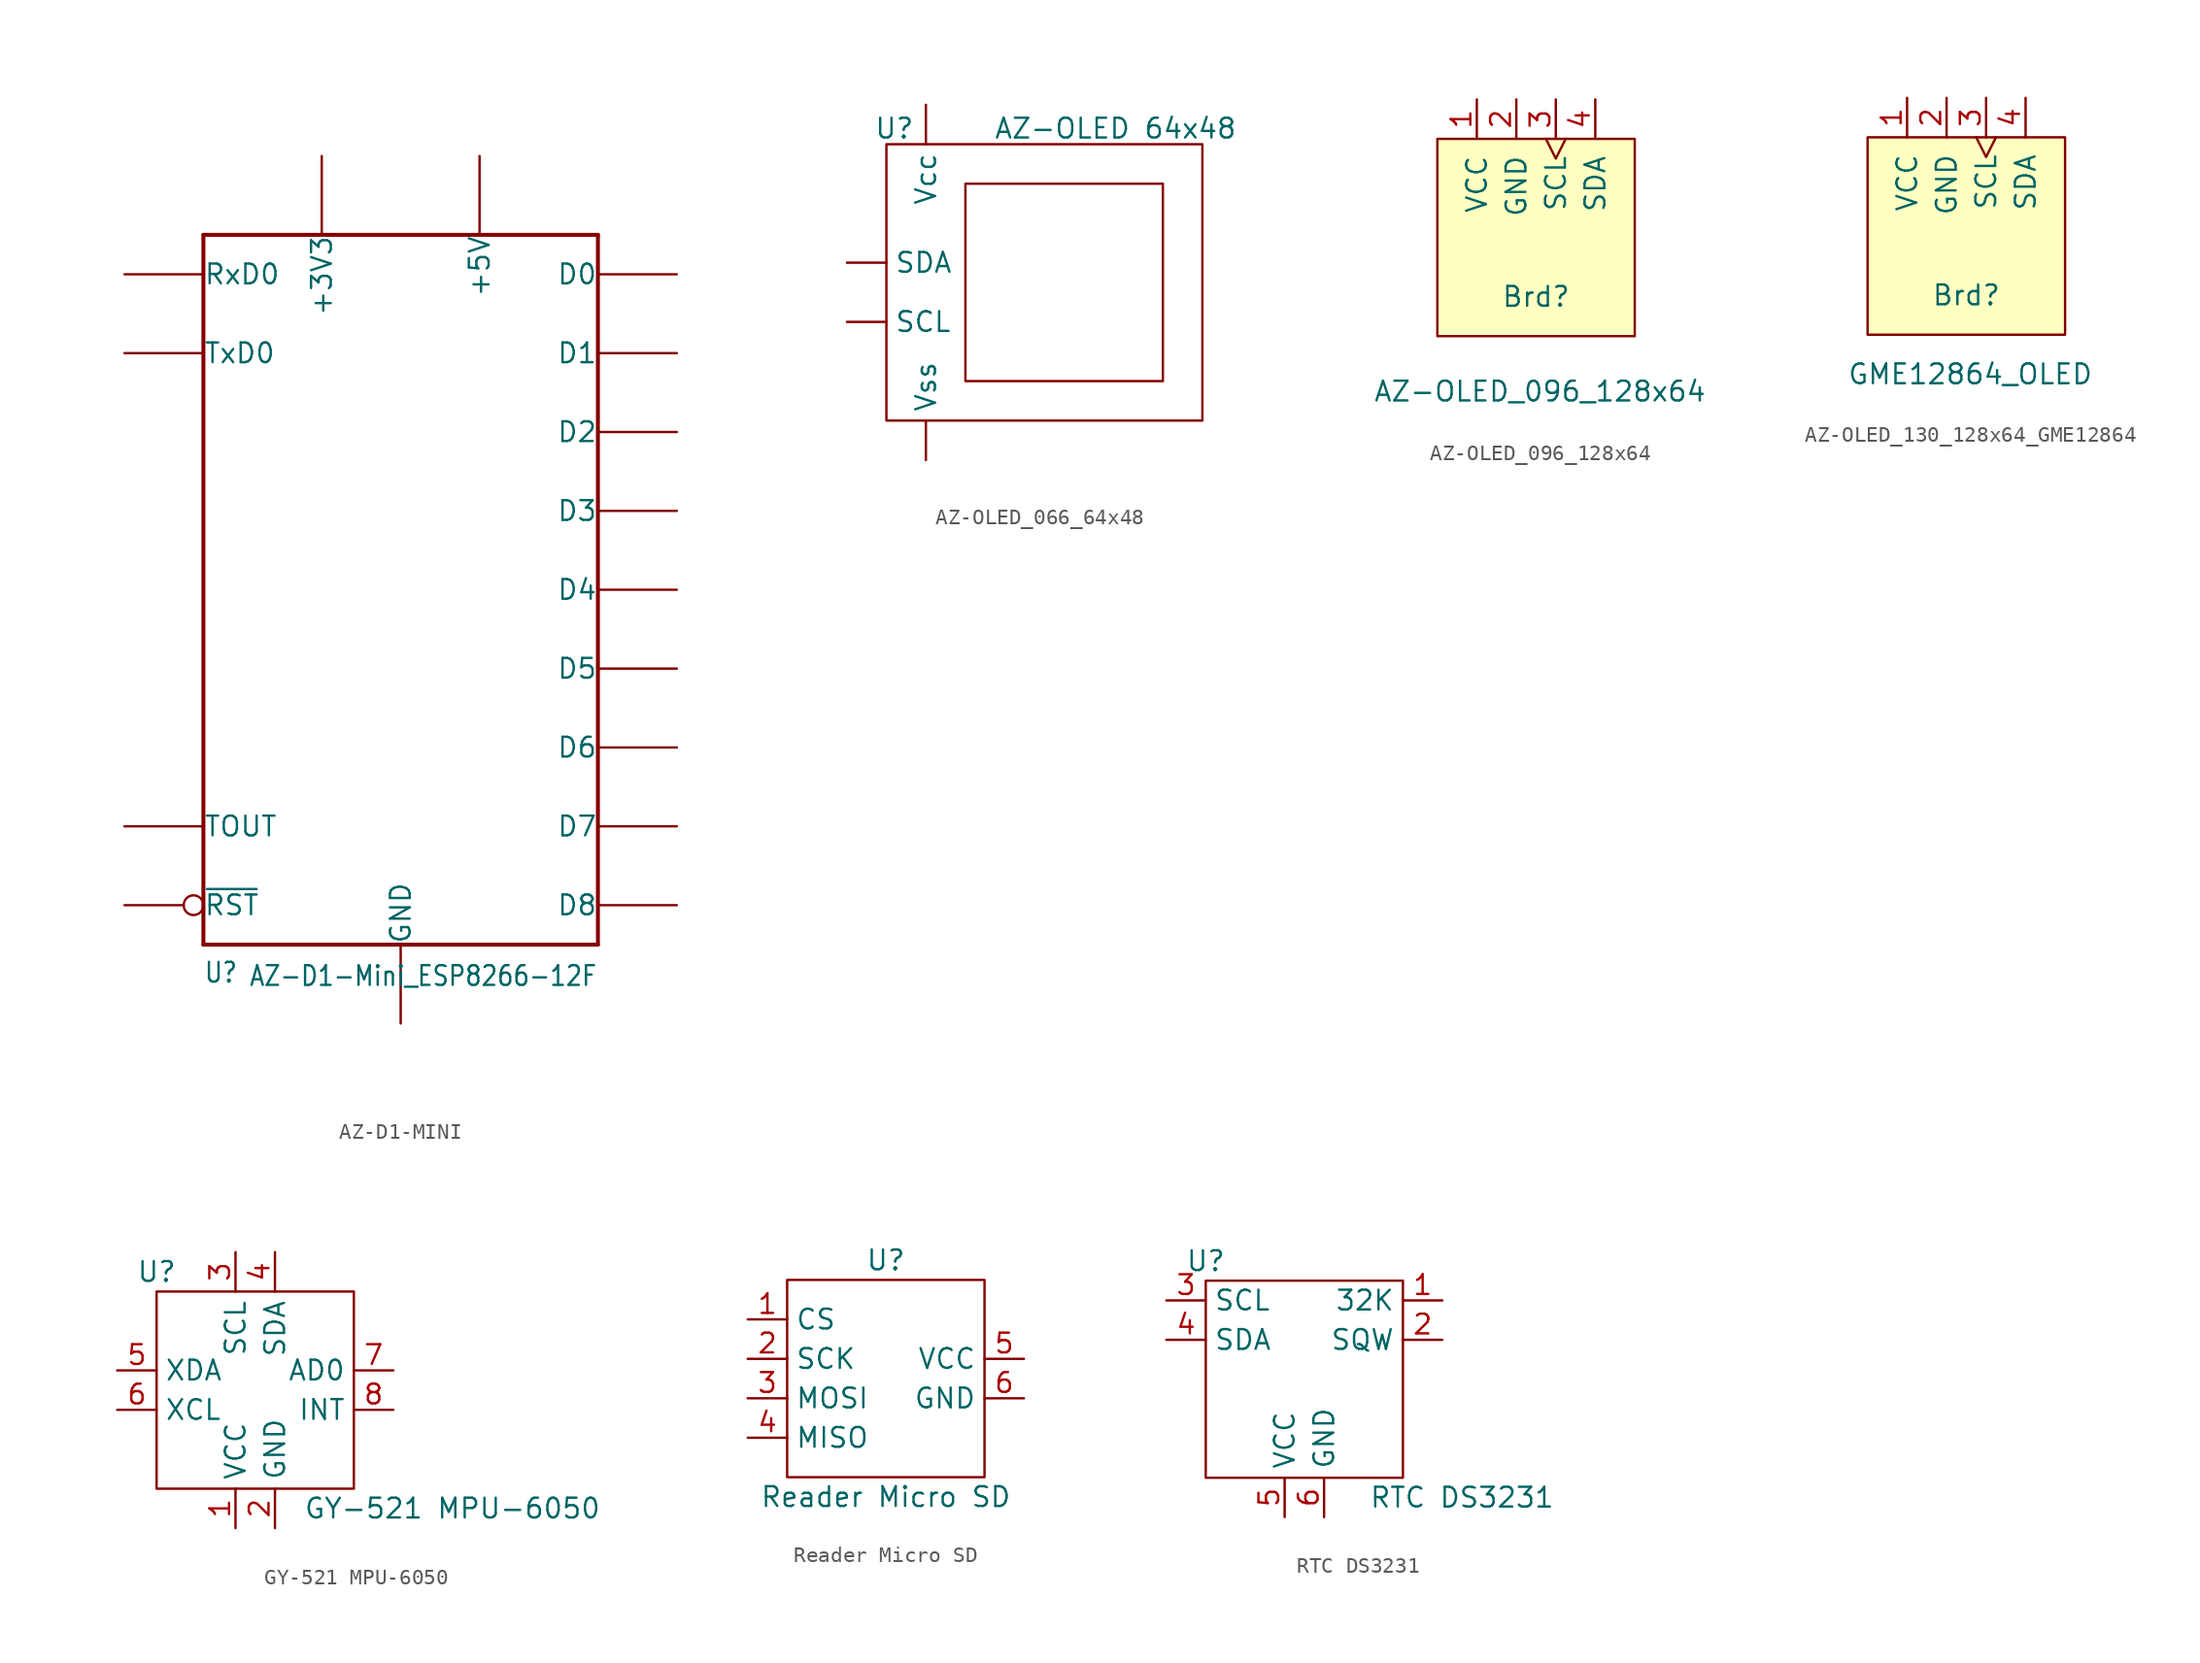
<source format=kicad_sym>
(kicad_symbol_lib
  (version 20231120)
  (generator "kicad_symbol_editor")
  (generator_version "8.0")
  (symbol "AZ-D1-MINI"
    (pin_numbers hide)
    (pin_names
      (offset 0.002))
    (property "Reference" "U"
      (at -12.7 -25.4 0)
      (effects (font (size 1.27 1.079)) (justify left bottom)))
    (property "Value" "AZ-D1-Mini_ESP8266-12F"
      (at 12.7 -24.13 0)
      (effects (font (size 1.27 1.079)) (justify right top)))
    (symbol "AZ-D1-MINI_1_0"
      (polyline (pts (xy -12.7 -22.86) (xy 12.7 -22.86)) (stroke (width 0.254) (type solid)) (fill (type none)))
      (polyline (pts (xy -12.7 22.86) (xy -12.7 -22.86)) (stroke (width 0.254) (type solid)) (fill (type none)))
      (polyline (pts (xy 12.7 -22.86) (xy 12.7 22.86)) (stroke (width 0.254) (type solid)) (fill (type none)))
      (polyline (pts (xy 12.7 22.86) (xy -12.7 22.86)) (stroke (width 0.254) (type solid)) (fill (type none)))
      (pin input inverted (at -17.78 -20.32 0) (length 5.08) (name "~{RST}" (effects (font (size 1.27 1.27)))) (number "1" (effects (font (size 1.27 1.27)))))
      (pin power_in line (at 0 -27.94 90) (length 5.08) (name "GND" (effects (font (size 1.27 1.27)))) (number "10" (effects (font (size 1.27 1.27)))))
      (pin bidirectional line (at 17.78 0 180) (length 5.08) (name "D4" (effects (font (size 1.27 1.27)))) (number "11" (effects (font (size 1.27 1.27)))) (alternate "IO2" bidirectional line) (alternate "SDA0" bidirectional line) (alternate "TxD1" output line))
      (pin bidirectional line (at 17.78 5.08 180) (length 5.08) (name "D3" (effects (font (size 1.27 1.27)))) (number "12" (effects (font (size 1.27 1.27)))) (alternate "IO0" bidirectional line))
      (pin bidirectional line (at 17.78 10.16 180) (length 5.08) (name "D2" (effects (font (size 1.27 1.27)))) (number "13" (effects (font (size 1.27 1.27)))) (alternate "IO4" bidirectional line) (alternate "PWM3" output clock))
      (pin bidirectional line (at 17.78 15.24 180) (length 5.08) (name "D1" (effects (font (size 1.27 1.27)))) (number "14" (effects (font (size 1.27 1.27)))) (alternate "IO5" bidirectional line))
      (pin input line (at -17.78 20.32 0) (length 5.08) (name "RxD0" (effects (font (size 1.27 1.27)))) (number "15" (effects (font (size 1.27 1.27)))) (alternate "IO3" bidirectional line))
      (pin output line (at -17.78 15.24 0) (length 5.08) (name "TxD0" (effects (font (size 1.27 1.27)))) (number "16" (effects (font (size 1.27 1.27)))) (alternate "CS1" bidirectional line) (alternate "IO1" bidirectional line))
      (pin bidirectional line (at -17.78 -15.24 0) (length 5.08) (name "TOUT" (effects (font (size 1.27 1.27)))) (number "2" (effects (font (size 1.27 1.27)))) (alternate "ADC0" bidirectional non_logic))
      (pin bidirectional line (at 17.78 20.32 180) (length 5.08) (name "D0" (effects (font (size 1.27 1.27)))) (number "3" (effects (font (size 1.27 1.27)))) (alternate "IO16" bidirectional line))
      (pin bidirectional line (at 17.78 -5.08 180) (length 5.08) (name "D5" (effects (font (size 1.27 1.27)))) (number "4" (effects (font (size 1.27 1.27)))) (alternate "IO14" bidirectional line) (alternate "PWM2" output clock) (alternate "SCL0" bidirectional clock))
      (pin bidirectional line (at 17.78 -10.16 180) (length 5.08) (name "D6" (effects (font (size 1.27 1.27)))) (number "5" (effects (font (size 1.27 1.27)))) (alternate "IO12" bidirectional line) (alternate "PWM0" output clock))
      (pin bidirectional line (at 17.78 -15.24 180) (length 5.08) (name "D7" (effects (font (size 1.27 1.27)))) (number "6" (effects (font (size 1.27 1.27)))) (alternate "CTS0" input line) (alternate "IO13" bidirectional line))
      (pin bidirectional line (at 17.78 -20.32 180) (length 5.08) (name "D8" (effects (font (size 1.27 1.27)))) (number "7" (effects (font (size 1.27 1.27)))) (alternate "IO15" bidirectional line) (alternate "PWM1" output clock) (alternate "RTS0" output line))
      (pin power_out line (at -5.08 27.94 270) (length 5.08) (name "+3V3" (effects (font (size 1.27 1.27)))) (number "8" (effects (font (size 1.27 1.27)))))
      (pin power_in line (at 5.08 27.94 270) (length 5.08) (name "+5V" (effects (font (size 1.27 1.27)))) (number "9" (effects (font (size 1.27 1.27)))))))
  (symbol "AZ-OLED_066_64x48"
    (pin_numbers hide)
    (property "Reference" "U"
      (at 3.048 9.906 0)
      (effects (font (size 1.27 1.27))))
    (property "Value" "AZ-OLED 64x48"
      (at 17.272 9.906 0)
      (effects (font (size 1.27 1.27))))
    (symbol "AZ-OLED_066_64x48_0_1"
      (rectangle (start 2.54 8.89) (end 22.86 -8.89) (stroke (width 0) (type default)) (fill (type none)))
      (rectangle (start 7.62 6.35) (end 20.32 -6.35) (stroke (width 0) (type default)) (fill (type none))))
    (symbol "AZ-OLED_066_64x48_1_1"
      (pin bidirectional line (at 0 -2.54 0) (length 2.54) (name "SCL" (effects (font (size 1.27 1.27)))) (number "" (effects (font (size 1.27 1.27)))))
      (pin bidirectional line (at 0 1.27 0) (length 2.54) (name "SDA" (effects (font (size 1.27 1.27)))) (number "" (effects (font (size 1.27 1.27)))))
      (pin power_in line (at 5.08 11.43 270) (length 2.54) (name "Vcc" (effects (font (size 1.27 1.27)))) (number "" (effects (font (size 1.27 1.27)))))
      (pin power_in line (at 5.08 -11.43 90) (length 2.54) (name "Vss" (effects (font (size 1.27 1.27)))) (number "" (effects (font (size 1.27 1.27)))))))
  (symbol "AZ-OLED_096_128x64"
    (pin_names
      (offset 1.016))
    (property "Reference" "Brd"
      (at 0 -3.81 0)
      (effects (font (size 1.27 1.27))))
    (property "Value" "AZ-OLED_096_128x64"
      (at 0.254 -9.906 0)
      (effects (font (size 1.27 1.27))))
    (symbol "AZ-OLED_096_128x64_0_1"
      (rectangle (start -6.35 6.35) (end 6.35 -6.35) (stroke (width 0) (type solid)) (fill (type background))))
    (symbol "AZ-OLED_096_128x64_1_1"
      (pin power_in line (at -3.81 8.89 270) (length 2.54) (name "VCC" (effects (font (size 1.27 1.27)))) (number "1" (effects (font (size 1.27 1.27)))))
      (pin power_in line (at -1.27 8.89 270) (length 2.54) (name "GND" (effects (font (size 1.27 1.27)))) (number "2" (effects (font (size 1.27 1.27)))))
      (pin bidirectional clock (at 1.27 8.89 270) (length 2.54) (name "SCL" (effects (font (size 1.27 1.27)))) (number "3" (effects (font (size 1.27 1.27)))))
      (pin bidirectional line (at 3.81 8.89 270) (length 2.54) (name "SDA" (effects (font (size 1.27 1.27)))) (number "4" (effects (font (size 1.27 1.27)))))))
  (symbol "AZ-OLED_130_128x64_GME12864"
    (pin_names
      (offset 1.016))
    (property "Reference" "Brd"
      (at 0 -3.81 0)
      (effects (font (size 1.27 1.27))))
    (property "Value" "GME12864_OLED"
      (at 0.254 -8.89 0)
      (effects (font (size 1.27 1.27))))
    (symbol "AZ-OLED_130_128x64_GME12864_0_1"
      (rectangle (start -6.35 6.35) (end 6.35 -6.35) (stroke (width 0) (type solid)) (fill (type background))))
    (symbol "AZ-OLED_130_128x64_GME12864_1_1"
      (pin power_in line (at -3.81 8.89 270) (length 2.54) (name "VCC" (effects (font (size 1.27 1.27)))) (number "1" (effects (font (size 1.27 1.27)))))
      (pin power_in line (at -1.27 8.89 270) (length 2.54) (name "GND" (effects (font (size 1.27 1.27)))) (number "2" (effects (font (size 1.27 1.27)))))
      (pin bidirectional clock (at 1.27 8.89 270) (length 2.54) (name "SCL" (effects (font (size 1.27 1.27)))) (number "3" (effects (font (size 1.27 1.27)))))
      (pin bidirectional line (at 3.81 8.89 270) (length 2.54) (name "SDA" (effects (font (size 1.27 1.27)))) (number "4" (effects (font (size 1.27 1.27)))))))
  (symbol "GY-521 MPU-6050"
    (property "Reference" "U"
      (at -6.35 7.62 0)
      (effects (font (size 1.27 1.27))))
    (property "Value" "GY-521 MPU-6050"
      (at 12.7 -7.62 0)
      (effects (font (size 1.27 1.27))))
    (symbol "GY-521 MPU-6050_0_1"
      (rectangle (start -6.35 6.35) (end 6.35 -6.35) (stroke (width 0) (type default)) (fill (type none))))
    (symbol "GY-521 MPU-6050_1_1"
      (pin input line (at -1.27 -8.89 90) (length 2.54) (name "VCC" (effects (font (size 1.27 1.27)))) (number "1" (effects (font (size 1.27 1.27)))))
      (pin input line (at 1.27 -8.89 90) (length 2.54) (name "GND" (effects (font (size 1.27 1.27)))) (number "2" (effects (font (size 1.27 1.27)))))
      (pin input line (at -1.27 8.89 270) (length 2.54) (name "SCL" (effects (font (size 1.27 1.27)))) (number "3" (effects (font (size 1.27 1.27)))))
      (pin input line (at 1.27 8.89 270) (length 2.54) (name "SDA" (effects (font (size 1.27 1.27)))) (number "4" (effects (font (size 1.27 1.27)))))
      (pin input line (at -8.89 1.27 0) (length 2.54) (name "XDA" (effects (font (size 1.27 1.27)))) (number "5" (effects (font (size 1.27 1.27)))))
      (pin input line (at -8.89 -1.27 0) (length 2.54) (name "XCL" (effects (font (size 1.27 1.27)))) (number "6" (effects (font (size 1.27 1.27)))))
      (pin input line (at 8.89 1.27 180) (length 2.54) (name "AD0" (effects (font (size 1.27 1.27)))) (number "7" (effects (font (size 1.27 1.27)))))
      (pin input line (at 8.89 -1.27 180) (length 2.54) (name "INT" (effects (font (size 1.27 1.27)))) (number "8" (effects (font (size 1.27 1.27)))))))
  (symbol "Reader Micro SD"
    (property "Reference" "U"
      (at 0 7.62 0)
      (effects (font (size 1.27 1.27))))
    (property "Value" "Reader Micro SD"
      (at 0 -7.62 0)
      (effects (font (size 1.27 1.27))))
    (symbol "Reader Micro SD_0_1"
      (rectangle (start -6.35 6.35) (end 6.35 -6.35) (stroke (width 0) (type default)) (fill (type none))))
    (symbol "Reader Micro SD_1_1"
      (pin input line (at -8.89 3.81 0) (length 2.54) (name "CS" (effects (font (size 1.27 1.27)))) (number "1" (effects (font (size 1.27 1.27)))))
      (pin input line (at -8.89 1.27 0) (length 2.54) (name "SCK" (effects (font (size 1.27 1.27)))) (number "2" (effects (font (size 1.27 1.27)))))
      (pin input line (at -8.89 -1.27 0) (length 2.54) (name "MOSI" (effects (font (size 1.27 1.27)))) (number "3" (effects (font (size 1.27 1.27)))))
      (pin input line (at -8.89 -3.81 0) (length 2.54) (name "MISO" (effects (font (size 1.27 1.27)))) (number "4" (effects (font (size 1.27 1.27)))))
      (pin input line (at 8.89 1.27 180) (length 2.54) (name "VCC" (effects (font (size 1.27 1.27)))) (number "5" (effects (font (size 1.27 1.27)))))
      (pin input line (at 8.89 -1.27 180) (length 2.54) (name "GND" (effects (font (size 1.27 1.27)))) (number "6" (effects (font (size 1.27 1.27)))))))
  (symbol "RTC DS3231"
    (property "Reference" "U"
      (at -6.35 7.62 0)
      (effects (font (size 1.27 1.27))))
    (property "Value" "RTC DS3231"
      (at 10.16 -7.62 0)
      (effects (font (size 1.27 1.27))))
    (symbol "RTC DS3231_0_1"
      (rectangle (start -6.35 6.35) (end 6.35 -6.35) (stroke (width 0) (type default)) (fill (type none))))
    (symbol "RTC DS3231_1_1"
      (pin input line (at 8.89 5.08 180) (length 2.54) (name "32K" (effects (font (size 1.27 1.27)))) (number "1" (effects (font (size 1.27 1.27)))))
      (pin input line (at 8.89 2.54 180) (length 2.54) (name "SQW" (effects (font (size 1.27 1.27)))) (number "2" (effects (font (size 1.27 1.27)))))
      (pin input line (at -8.89 5.08 0) (length 2.54) (name "SCL" (effects (font (size 1.27 1.27)))) (number "3" (effects (font (size 1.27 1.27)))))
      (pin input line (at -8.89 2.54 0) (length 2.54) (name "SDA" (effects (font (size 1.27 1.27)))) (number "4" (effects (font (size 1.27 1.27)))))
      (pin input line (at -1.27 -8.89 90) (length 2.54) (name "VCC" (effects (font (size 1.27 1.27)))) (number "5" (effects (font (size 1.27 1.27)))))
      (pin input line (at 1.27 -8.89 90) (length 2.54) (name "GND" (effects (font (size 1.27 1.27)))) (number "6" (effects (font (size 1.27 1.27))))))))
</source>
